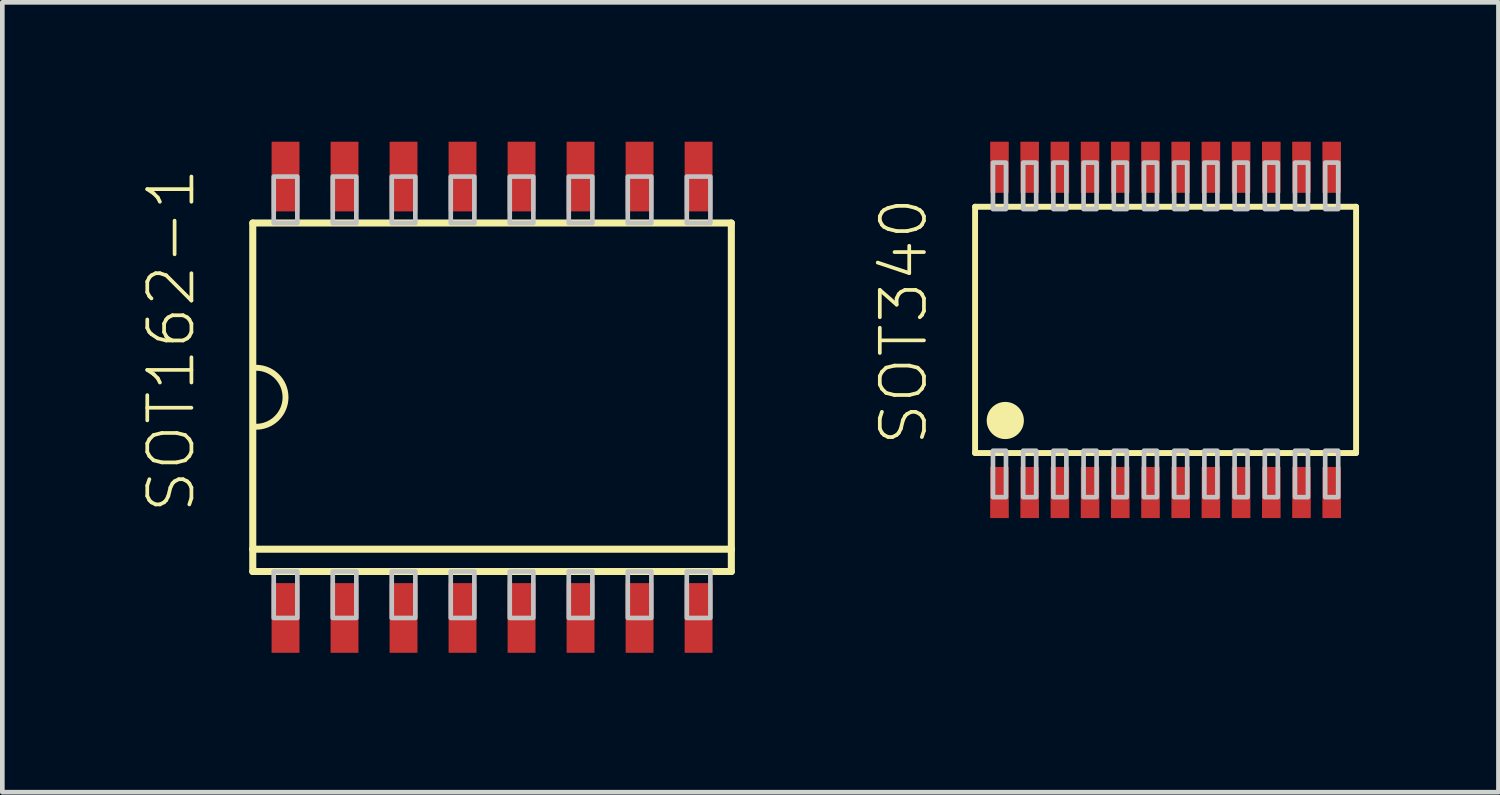
<source format=kicad_pcb>
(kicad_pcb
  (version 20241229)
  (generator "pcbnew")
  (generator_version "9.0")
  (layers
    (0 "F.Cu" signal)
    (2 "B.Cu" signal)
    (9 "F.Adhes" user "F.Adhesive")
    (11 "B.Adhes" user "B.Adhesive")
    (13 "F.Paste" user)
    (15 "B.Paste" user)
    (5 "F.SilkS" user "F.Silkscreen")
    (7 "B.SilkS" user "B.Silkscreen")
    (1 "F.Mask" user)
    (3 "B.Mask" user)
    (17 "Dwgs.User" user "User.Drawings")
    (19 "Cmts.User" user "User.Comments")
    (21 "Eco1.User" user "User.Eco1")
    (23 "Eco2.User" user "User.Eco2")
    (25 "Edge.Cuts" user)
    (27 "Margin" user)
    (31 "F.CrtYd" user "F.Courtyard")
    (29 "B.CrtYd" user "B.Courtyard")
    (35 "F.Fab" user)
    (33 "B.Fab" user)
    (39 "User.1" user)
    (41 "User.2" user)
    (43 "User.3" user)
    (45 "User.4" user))
  (footprint "SOT340"
    (layer "F.Cu")
    (at 22.036 4.05)
    (property "Reference" "SOT340" (at -5.08 2.54 90) (layer "F.SilkS") (effects (font (size 0.95 0.95) (thickness 0.08)) (justify left bottom)))
    (attr through_hole)
    (fp_line (start -4.1 -2.65) (end 4.1 -2.65) (stroke (width 0.127) (type solid)) (layer "F.SilkS"))
    (fp_line (start -4.1 2.65) (end -4.1 -2.65) (stroke (width 0.127) (type solid)) (layer "F.SilkS"))
    (fp_line (start 4.1 -2.65) (end 4.1 2.65) (stroke (width 0.127) (type solid)) (layer "F.SilkS"))
    (fp_line (start 4.1 2.65) (end -4.1 2.65) (stroke (width 0.127) (type solid)) (layer "F.SilkS"))
    (fp_circle (center -3.45 1.95) (end -3.05 1.95) (stroke (width 0) (type solid)) (fill yes) (layer "F.SilkS"))
    (fp_poly (pts (xy -3.715 -2.6) (xy -3.435 -2.6) (xy -3.435 -3.6) (xy -3.715 -3.6)) (stroke (width 0.1) (type solid)) (fill no) (layer "Dwgs.User"))
    (fp_poly (pts (xy -3.715 3.6) (xy -3.435 3.6) (xy -3.435 2.6) (xy -3.715 2.6)) (stroke (width 0.1) (type solid)) (fill no) (layer "Dwgs.User"))
    (fp_poly (pts (xy -3.065 -2.6) (xy -2.785 -2.6) (xy -2.785 -3.6) (xy -3.065 -3.6)) (stroke (width 0.1) (type solid)) (fill no) (layer "Dwgs.User"))
    (fp_poly (pts (xy -3.065 3.6) (xy -2.785 3.6) (xy -2.785 2.6) (xy -3.065 2.6)) (stroke (width 0.1) (type solid)) (fill no) (layer "Dwgs.User"))
    (fp_poly (pts (xy -2.415 -2.6) (xy -2.135 -2.6) (xy -2.135 -3.6) (xy -2.415 -3.6)) (stroke (width 0.1) (type solid)) (fill no) (layer "Dwgs.User"))
    (fp_poly (pts (xy -2.415 3.6) (xy -2.135 3.6) (xy -2.135 2.6) (xy -2.415 2.6)) (stroke (width 0.1) (type solid)) (fill no) (layer "Dwgs.User"))
    (fp_poly (pts (xy -1.765 -2.6) (xy -1.485 -2.6) (xy -1.485 -3.6) (xy -1.765 -3.6)) (stroke (width 0.1) (type solid)) (fill no) (layer "Dwgs.User"))
    (fp_poly (pts (xy -1.765 3.6) (xy -1.485 3.6) (xy -1.485 2.6) (xy -1.765 2.6)) (stroke (width 0.1) (type solid)) (fill no) (layer "Dwgs.User"))
    (fp_poly (pts (xy -1.115 -2.6) (xy -0.835 -2.6) (xy -0.835 -3.6) (xy -1.115 -3.6)) (stroke (width 0.1) (type solid)) (fill no) (layer "Dwgs.User"))
    (fp_poly (pts (xy -1.115 3.6) (xy -0.835 3.6) (xy -0.835 2.6) (xy -1.115 2.6)) (stroke (width 0.1) (type solid)) (fill no) (layer "Dwgs.User"))
    (fp_poly (pts (xy -0.465 -2.6) (xy -0.185 -2.6) (xy -0.185 -3.6) (xy -0.465 -3.6)) (stroke (width 0.1) (type solid)) (fill no) (layer "Dwgs.User"))
    (fp_poly (pts (xy -0.465 3.6) (xy -0.185 3.6) (xy -0.185 2.6) (xy -0.465 2.6)) (stroke (width 0.1) (type solid)) (fill no) (layer "Dwgs.User"))
    (fp_poly (pts (xy 0.185 -2.6) (xy 0.465 -2.6) (xy 0.465 -3.6) (xy 0.185 -3.6)) (stroke (width 0.1) (type solid)) (fill no) (layer "Dwgs.User"))
    (fp_poly (pts (xy 0.185 3.6) (xy 0.465 3.6) (xy 0.465 2.6) (xy 0.185 2.6)) (stroke (width 0.1) (type solid)) (fill no) (layer "Dwgs.User"))
    (fp_poly (pts (xy 0.835 -2.6) (xy 1.115 -2.6) (xy 1.115 -3.6) (xy 0.835 -3.6)) (stroke (width 0.1) (type solid)) (fill no) (layer "Dwgs.User"))
    (fp_poly (pts (xy 0.835 3.6) (xy 1.115 3.6) (xy 1.115 2.6) (xy 0.835 2.6)) (stroke (width 0.1) (type solid)) (fill no) (layer "Dwgs.User"))
    (fp_poly (pts (xy 1.485 -2.6) (xy 1.765 -2.6) (xy 1.765 -3.6) (xy 1.485 -3.6)) (stroke (width 0.1) (type solid)) (fill no) (layer "Dwgs.User"))
    (fp_poly (pts (xy 1.485 3.6) (xy 1.765 3.6) (xy 1.765 2.6) (xy 1.485 2.6)) (stroke (width 0.1) (type solid)) (fill no) (layer "Dwgs.User"))
    (fp_poly (pts (xy 2.135 -2.6) (xy 2.415 -2.6) (xy 2.415 -3.6) (xy 2.135 -3.6)) (stroke (width 0.1) (type solid)) (fill no) (layer "Dwgs.User"))
    (fp_poly (pts (xy 2.135 3.6) (xy 2.415 3.6) (xy 2.415 2.6) (xy 2.135 2.6)) (stroke (width 0.1) (type solid)) (fill no) (layer "Dwgs.User"))
    (fp_poly (pts (xy 2.785 -2.6) (xy 3.065 -2.6) (xy 3.065 -3.6) (xy 2.785 -3.6)) (stroke (width 0.1) (type solid)) (fill no) (layer "Dwgs.User"))
    (fp_poly (pts (xy 2.785 3.6) (xy 3.065 3.6) (xy 3.065 2.6) (xy 2.785 2.6)) (stroke (width 0.1) (type solid)) (fill no) (layer "Dwgs.User"))
    (fp_poly (pts (xy 3.435 -2.6) (xy 3.715 -2.6) (xy 3.715 -3.6) (xy 3.435 -3.6)) (stroke (width 0.1) (type solid)) (fill no) (layer "Dwgs.User"))
    (fp_poly (pts (xy 3.435 3.6) (xy 3.715 3.6) (xy 3.715 2.6) (xy 3.435 2.6)) (stroke (width 0.1) (type solid)) (fill no) (layer "Dwgs.User"))
    (pad "1" smd rect (at -3.575 3.5) (size 0.4 1.1) (layers "F.Cu" "F.Mask" "F.Paste"))
    (pad "2" smd rect (at -2.925 3.5) (size 0.4 1.1) (layers "F.Cu" "F.Mask" "F.Paste"))
    (pad "3" smd rect (at -2.275 3.5) (size 0.4 1.1) (layers "F.Cu" "F.Mask" "F.Paste"))
    (pad "4" smd rect (at -1.625 3.5) (size 0.4 1.1) (layers "F.Cu" "F.Mask" "F.Paste"))
    (pad "5" smd rect (at -0.975 3.5) (size 0.4 1.1) (layers "F.Cu" "F.Mask" "F.Paste"))
    (pad "6" smd rect (at -0.325 3.5) (size 0.4 1.1) (layers "F.Cu" "F.Mask" "F.Paste"))
    (pad "7" smd rect (at 0.325 3.5) (size 0.4 1.1) (layers "F.Cu" "F.Mask" "F.Paste"))
    (pad "8" smd rect (at 0.975 3.5) (size 0.4 1.1) (layers "F.Cu" "F.Mask" "F.Paste"))
    (pad "9" smd rect (at 1.625 3.5) (size 0.4 1.1) (layers "F.Cu" "F.Mask" "F.Paste"))
    (pad "10" smd rect (at 2.275 3.5) (size 0.4 1.1) (layers "F.Cu" "F.Mask" "F.Paste"))
    (pad "11" smd rect (at 2.925 3.5) (size 0.4 1.1) (layers "F.Cu" "F.Mask" "F.Paste"))
    (pad "12" smd rect (at 3.575 3.5) (size 0.4 1.1) (layers "F.Cu" "F.Mask" "F.Paste"))
    (pad "13" smd rect (at 3.575 -3.5) (size 0.4 1.1) (layers "F.Cu" "F.Mask" "F.Paste"))
    (pad "14" smd rect (at 2.925 -3.5) (size 0.4 1.1) (layers "F.Cu" "F.Mask" "F.Paste"))
    (pad "15" smd rect (at 2.275 -3.5) (size 0.4 1.1) (layers "F.Cu" "F.Mask" "F.Paste"))
    (pad "16" smd rect (at 1.625 -3.5) (size 0.4 1.1) (layers "F.Cu" "F.Mask" "F.Paste"))
    (pad "17" smd rect (at 0.975 -3.5) (size 0.4 1.1) (layers "F.Cu" "F.Mask" "F.Paste"))
    (pad "18" smd rect (at 0.325 -3.5) (size 0.4 1.1) (layers "F.Cu" "F.Mask" "F.Paste"))
    (pad "19" smd rect (at -0.325 -3.5) (size 0.4 1.1) (layers "F.Cu" "F.Mask" "F.Paste"))
    (pad "20" smd rect (at -0.975 -3.5) (size 0.4 1.1) (layers "F.Cu" "F.Mask" "F.Paste"))
    (pad "21" smd rect (at -1.625 -3.5) (size 0.4 1.1) (layers "F.Cu" "F.Mask" "F.Paste"))
    (pad "22" smd rect (at -2.275 -3.5) (size 0.4 1.1) (layers "F.Cu" "F.Mask" "F.Paste"))
    (pad "23" smd rect (at -2.925 -3.5) (size 0.4 1.1) (layers "F.Cu" "F.Mask" "F.Paste"))
    (pad "24" smd rect (at -3.575 -3.5) (size 0.4 1.1) (layers "F.Cu" "F.Mask" "F.Paste")))
  (footprint "SOT162-1"
    (layer "F.Cu")
    (at 7.54 5.5)
    (property "Reference" "SOT162-1" (at -6.35 2.54 90) (layer "F.SilkS") (effects (font (size 0.95 0.95) (thickness 0.08)) (justify left bottom)))
    (attr through_hole)
    (fp_line (start -5.15 -3.75) (end -5.15 3.27) (stroke (width 0.152) (type solid)) (layer "F.SilkS"))
    (fp_line (start -5.15 3.27) (end -5.15 3.75) (stroke (width 0.152) (type solid)) (layer "F.SilkS"))
    (fp_line (start -5.15 3.27) (end 5.15 3.27) (stroke (width 0.152) (type solid)) (layer "F.SilkS"))
    (fp_line (start -5.15 3.75) (end 5.15 3.75) (stroke (width 0.152) (type solid)) (layer "F.SilkS"))
    (fp_line (start 5.15 -3.75) (end -5.15 -3.75) (stroke (width 0.152) (type solid)) (layer "F.SilkS"))
    (fp_line (start 5.15 3.27) (end 5.15 -3.75) (stroke (width 0.152) (type solid)) (layer "F.SilkS"))
    (fp_line (start 5.15 3.75) (end 5.15 3.27) (stroke (width 0.152) (type solid)) (layer "F.SilkS"))
    (fp_arc (start -5.08 -0.635) (mid -4.445 0) (end -5.08 0.635) (stroke (width 0.127) (type solid)) (layer "F.SilkS"))
    (fp_poly (pts (xy -4.699 -3.75) (xy -4.191 -3.75) (xy -4.191 -4.75) (xy -4.699 -4.75)) (stroke (width 0.1) (type solid)) (fill no) (layer "Dwgs.User"))
    (fp_poly (pts (xy -4.699 4.75) (xy -4.191 4.75) (xy -4.191 3.75) (xy -4.699 3.75)) (stroke (width 0.1) (type solid)) (fill no) (layer "Dwgs.User"))
    (fp_poly (pts (xy -3.429 -3.75) (xy -2.921 -3.75) (xy -2.921 -4.75) (xy -3.429 -4.75)) (stroke (width 0.1) (type solid)) (fill no) (layer "Dwgs.User"))
    (fp_poly (pts (xy -3.429 4.75) (xy -2.921 4.75) (xy -2.921 3.75) (xy -3.429 3.75)) (stroke (width 0.1) (type solid)) (fill no) (layer "Dwgs.User"))
    (fp_poly (pts (xy -2.159 -3.75) (xy -1.651 -3.75) (xy -1.651 -4.75) (xy -2.159 -4.75)) (stroke (width 0.1) (type solid)) (fill no) (layer "Dwgs.User"))
    (fp_poly (pts (xy -2.159 4.75) (xy -1.651 4.75) (xy -1.651 3.75) (xy -2.159 3.75)) (stroke (width 0.1) (type solid)) (fill no) (layer "Dwgs.User"))
    (fp_poly (pts (xy -0.889 -3.75) (xy -0.381 -3.75) (xy -0.381 -4.75) (xy -0.889 -4.75)) (stroke (width 0.1) (type solid)) (fill no) (layer "Dwgs.User"))
    (fp_poly (pts (xy -0.889 4.75) (xy -0.381 4.75) (xy -0.381 3.75) (xy -0.889 3.75)) (stroke (width 0.1) (type solid)) (fill no) (layer "Dwgs.User"))
    (fp_poly (pts (xy 0.381 -3.75) (xy 0.889 -3.75) (xy 0.889 -4.75) (xy 0.381 -4.75)) (stroke (width 0.1) (type solid)) (fill no) (layer "Dwgs.User"))
    (fp_poly (pts (xy 0.381 4.75) (xy 0.889 4.75) (xy 0.889 3.75) (xy 0.381 3.75)) (stroke (width 0.1) (type solid)) (fill no) (layer "Dwgs.User"))
    (fp_poly (pts (xy 1.651 -3.75) (xy 2.159 -3.75) (xy 2.159 -4.75) (xy 1.651 -4.75)) (stroke (width 0.1) (type solid)) (fill no) (layer "Dwgs.User"))
    (fp_poly (pts (xy 1.651 4.75) (xy 2.159 4.75) (xy 2.159 3.75) (xy 1.651 3.75)) (stroke (width 0.1) (type solid)) (fill no) (layer "Dwgs.User"))
    (fp_poly (pts (xy 2.921 -3.75) (xy 3.429 -3.75) (xy 3.429 -4.75) (xy 2.921 -4.75)) (stroke (width 0.1) (type solid)) (fill no) (layer "Dwgs.User"))
    (fp_poly (pts (xy 2.921 4.75) (xy 3.429 4.75) (xy 3.429 3.75) (xy 2.921 3.75)) (stroke (width 0.1) (type solid)) (fill no) (layer "Dwgs.User"))
    (fp_poly (pts (xy 4.191 -3.75) (xy 4.699 -3.75) (xy 4.699 -4.75) (xy 4.191 -4.75)) (stroke (width 0.1) (type solid)) (fill no) (layer "Dwgs.User"))
    (fp_poly (pts (xy 4.191 4.75) (xy 4.699 4.75) (xy 4.699 3.75) (xy 4.191 3.75)) (stroke (width 0.1) (type solid)) (fill no) (layer "Dwgs.User"))
    (pad "1" smd rect (at -4.445 4.75) (size 0.6 1.5) (layers "F.Cu" "F.Mask" "F.Paste"))
    (pad "2" smd rect (at -3.175 4.75) (size 0.6 1.5) (layers "F.Cu" "F.Mask" "F.Paste"))
    (pad "3" smd rect (at -1.905 4.75) (size 0.6 1.5) (layers "F.Cu" "F.Mask" "F.Paste"))
    (pad "4" smd rect (at -0.635 4.75) (size 0.6 1.5) (layers "F.Cu" "F.Mask" "F.Paste"))
    (pad "5" smd rect (at 0.635 4.75) (size 0.6 1.5) (layers "F.Cu" "F.Mask" "F.Paste"))
    (pad "6" smd rect (at 1.905 4.75) (size 0.6 1.5) (layers "F.Cu" "F.Mask" "F.Paste"))
    (pad "7" smd rect (at 3.175 4.75) (size 0.6 1.5) (layers "F.Cu" "F.Mask" "F.Paste"))
    (pad "8" smd rect (at 4.445 4.75) (size 0.6 1.5) (layers "F.Cu" "F.Mask" "F.Paste"))
    (pad "9" smd rect (at 4.445 -4.75) (size 0.6 1.5) (layers "F.Cu" "F.Mask" "F.Paste"))
    (pad "10" smd rect (at 3.175 -4.75) (size 0.6 1.5) (layers "F.Cu" "F.Mask" "F.Paste"))
    (pad "11" smd rect (at 1.905 -4.75) (size 0.6 1.5) (layers "F.Cu" "F.Mask" "F.Paste"))
    (pad "12" smd rect (at 0.635 -4.75) (size 0.6 1.5) (layers "F.Cu" "F.Mask" "F.Paste"))
    (pad "13" smd rect (at -0.635 -4.75) (size 0.6 1.5) (layers "F.Cu" "F.Mask" "F.Paste"))
    (pad "14" smd rect (at -1.905 -4.75) (size 0.6 1.5) (layers "F.Cu" "F.Mask" "F.Paste"))
    (pad "15" smd rect (at -3.175 -4.75) (size 0.6 1.5) (layers "F.Cu" "F.Mask" "F.Paste"))
    (pad "16" smd rect (at -4.445 -4.75) (size 0.6 1.5) (layers "F.Cu" "F.Mask" "F.Paste")))
  (gr_rect
    (start -3 -3)
    (end 29.2 14)
    (stroke (width 0.1) (type default))
    (fill no)
    (layer "Edge.Cuts")))
</source>
